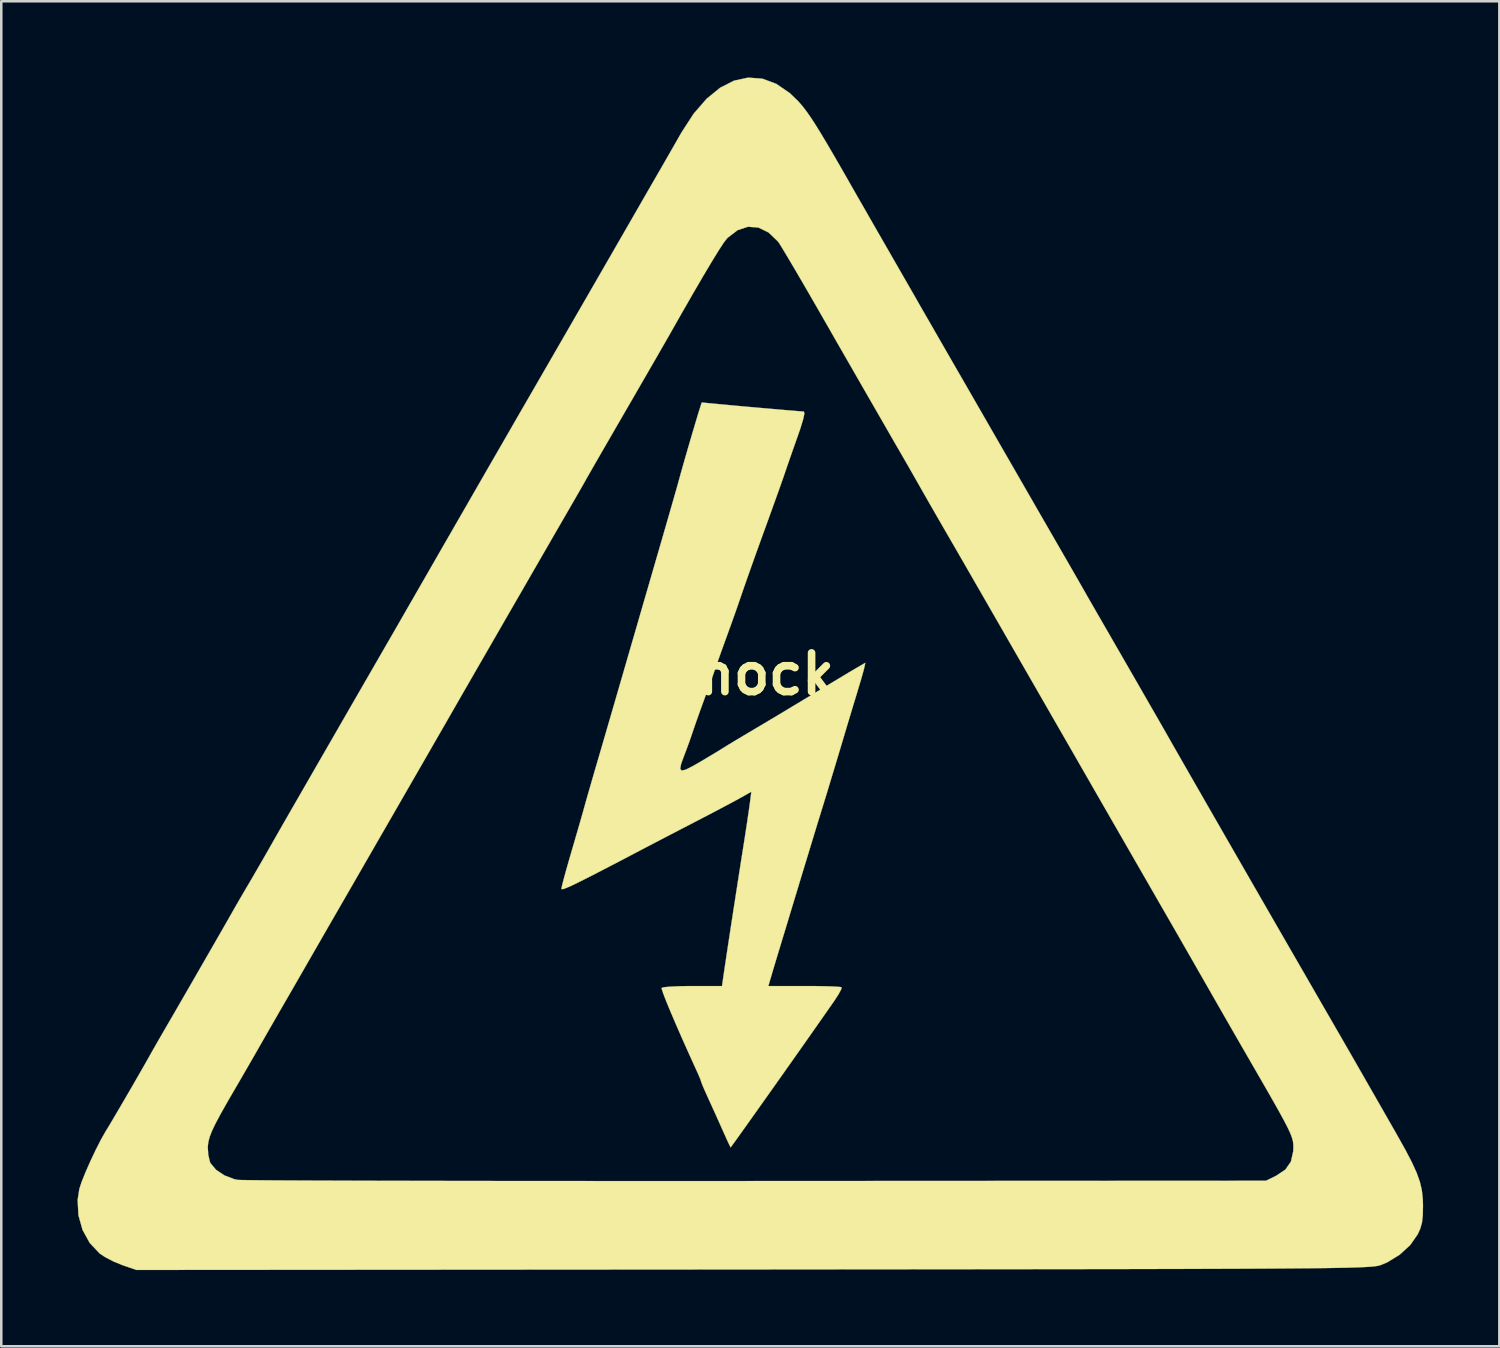
<source format=kicad_pcb>
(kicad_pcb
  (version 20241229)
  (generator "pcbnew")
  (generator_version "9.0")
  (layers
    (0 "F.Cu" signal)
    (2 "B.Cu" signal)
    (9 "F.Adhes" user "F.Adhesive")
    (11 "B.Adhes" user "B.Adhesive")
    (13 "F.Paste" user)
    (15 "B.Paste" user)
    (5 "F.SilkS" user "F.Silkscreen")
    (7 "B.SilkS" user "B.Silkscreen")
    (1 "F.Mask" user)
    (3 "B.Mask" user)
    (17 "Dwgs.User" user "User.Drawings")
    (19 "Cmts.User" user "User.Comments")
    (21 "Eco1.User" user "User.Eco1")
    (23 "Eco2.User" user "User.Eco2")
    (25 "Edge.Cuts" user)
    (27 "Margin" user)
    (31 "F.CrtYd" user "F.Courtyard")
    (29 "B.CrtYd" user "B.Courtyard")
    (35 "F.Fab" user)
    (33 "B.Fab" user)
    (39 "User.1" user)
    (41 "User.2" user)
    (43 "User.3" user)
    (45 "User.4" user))
  (footprint "shock"
    (layer "F.Cu")
    (at 26.493 23.477)
    (property "Reference" "shock" (at 0 0 0) (layer "F.SilkS") (effects (font (size 1.524 1.524) (thickness 0.3))))
    (attr through_hole)
    (fp_poly (pts (xy -1.366 -10.634) (xy -1.028 -10.602) (xy -0.607 -10.563) (xy -0.133 -10.52) (xy 0.363 -10.476) (xy 0.849 -10.434) (xy 1.295 -10.395) (xy 1.67 -10.364) (xy 1.943 -10.341) (xy 2.083 -10.331) (xy 2.091 -10.331) (xy 2.112 -10.254) (xy 2.065 -10.031) (xy 1.955 -9.67) (xy 1.854 -9.377) (xy 1.702 -8.948) (xy 1.554 -8.525) (xy 1.429 -8.165) (xy 1.359 -7.959) (xy 1.299 -7.782) (xy 1.226 -7.574) (xy 1.134 -7.314) (xy 1.015 -6.982) (xy 0.862 -6.557) (xy 0.669 -6.021) (xy 0.426 -5.352) (xy 0.328 -5.08) (xy 0.173 -4.651) (xy 0.004 -4.175) (xy -0.164 -3.7) (xy -0.313 -3.271) (xy -0.428 -2.937) (xy -0.462 -2.836) (xy -0.536 -2.622) (xy -0.652 -2.294) (xy -0.793 -1.9) (xy -0.929 -1.524) (xy -1.079 -1.11) (xy -1.219 -0.72) (xy -1.332 -0.401) (xy -1.397 -0.212) (xy -1.474 0.013) (xy -1.592 0.344) (xy -1.732 0.729) (xy -1.822 0.974) (xy -1.972 1.386) (xy -2.118 1.796) (xy -2.239 2.143) (xy -2.287 2.286) (xy -2.413 2.654) (xy -2.559 3.049) (xy -2.62 3.209) (xy -2.738 3.53) (xy -2.775 3.725) (xy -2.718 3.799) (xy -2.555 3.761) (xy -2.271 3.616) (xy -2.074 3.504) (xy -1.733 3.302) (xy -1.41 3.109) (xy -1.161 2.957) (xy -1.101 2.918) (xy -0.912 2.801) (xy -0.618 2.623) (xy -0.258 2.408) (xy 0.127 2.18) (xy 0.529 1.941) (xy 1.026 1.645) (xy 1.566 1.32) (xy 2.101 0.998) (xy 2.371 0.835) (xy 2.826 0.559) (xy 3.263 0.296) (xy 3.647 0.065) (xy 3.946 -0.114) (xy 4.097 -0.203) (xy 4.511 -0.444) (xy 4.467 -0.243) (xy 4.423 -0.075) (xy 4.343 0.207) (xy 4.24 0.552) (xy 4.19 0.72) (xy 4.057 1.156) (xy 3.915 1.627) (xy 3.79 2.042) (xy 3.768 2.117) (xy 3.567 2.789) (xy 3.403 3.336) (xy 3.266 3.791) (xy 3.145 4.19) (xy 3.03 4.571) (xy 2.909 4.967) (xy 2.771 5.414) (xy 2.77 5.419) (xy 2.621 5.901) (xy 2.44 6.495) (xy 2.242 7.147) (xy 2.041 7.805) (xy 1.867 8.382) (xy 1.696 8.944) (xy 1.529 9.496) (xy 1.377 9.999) (xy 1.249 10.42) (xy 1.158 10.72) (xy 1.148 10.753) (xy 1.032 11.135) (xy 0.915 11.524) (xy 0.824 11.832) (xy 0.693 12.277) (xy 2.11 12.277) (xy 2.583 12.279) (xy 2.996 12.287) (xy 3.318 12.299) (xy 3.521 12.314) (xy 3.577 12.326) (xy 3.557 12.414) (xy 3.456 12.6) (xy 3.297 12.847) (xy 3.274 12.88) (xy 3.031 13.227) (xy 2.758 13.618) (xy 2.554 13.909) (xy 2.287 14.29) (xy 1.975 14.733) (xy 1.631 15.221) (xy 1.267 15.737) (xy 0.897 16.26) (xy 0.533 16.774) (xy 0.188 17.259) (xy -0.124 17.699) (xy -0.391 18.073) (xy -0.599 18.365) (xy -0.737 18.555) (xy -0.79 18.626) (xy -0.79 18.627) (xy -0.828 18.555) (xy -0.918 18.364) (xy -1.042 18.089) (xy -1.095 17.97) (xy -1.279 17.558) (xy -1.484 17.105) (xy -1.665 16.708) (xy -1.666 16.704) (xy -1.798 16.413) (xy -1.897 16.184) (xy -1.945 16.058) (xy -1.947 16.047) (xy -1.98 15.949) (xy -2.062 15.753) (xy -2.113 15.641) (xy -2.409 14.99) (xy -2.686 14.371) (xy -2.935 13.802) (xy -3.149 13.302) (xy -3.32 12.888) (xy -3.44 12.579) (xy -3.501 12.394) (xy -3.506 12.349) (xy -3.41 12.323) (xy -3.176 12.301) (xy -2.837 12.285) (xy -2.425 12.277) (xy -2.296 12.277) (xy -1.13 12.277) (xy -1.028 11.578) (xy -0.962 11.136) (xy -0.875 10.56) (xy -0.771 9.879) (xy -0.655 9.128) (xy -0.532 8.337) (xy -0.408 7.54) (xy -0.294 6.816) (xy -0.217 6.328) (xy -0.146 5.86) (xy -0.086 5.454) (xy -0.043 5.157) (xy -0.034 5.088) (xy 0.025 4.63) (xy -0.432 4.886) (xy -0.66 5.011) (xy -1.004 5.194) (xy -1.426 5.417) (xy -1.892 5.66) (xy -2.244 5.843) (xy -2.75 6.105) (xy -3.27 6.375) (xy -3.757 6.629) (xy -4.167 6.843) (xy -4.36 6.944) (xy -5.138 7.352) (xy -5.778 7.685) (xy -6.294 7.951) (xy -6.697 8.154) (xy -6.999 8.302) (xy -7.214 8.399) (xy -7.352 8.452) (xy -7.427 8.467) (xy -7.45 8.449) (xy -7.45 8.448) (xy -7.427 8.333) (xy -7.364 8.086) (xy -7.269 7.737) (xy -7.149 7.316) (xy -7.065 7.027) (xy -6.924 6.544) (xy -6.79 6.083) (xy -6.675 5.685) (xy -6.591 5.389) (xy -6.564 5.292) (xy -6.495 5.044) (xy -6.392 4.682) (xy -6.269 4.255) (xy -6.14 3.811) (xy -6.14 3.81) (xy -5.977 3.254) (xy -5.779 2.575) (xy -5.557 1.811) (xy -5.321 1) (xy -5.084 0.183) (xy -4.856 -0.603) (xy -4.649 -1.318) (xy -4.613 -1.439) (xy -4.516 -1.774) (xy -4.381 -2.241) (xy -4.217 -2.808) (xy -4.031 -3.446) (xy -3.835 -4.124) (xy -3.636 -4.81) (xy -3.594 -4.953) (xy -3.409 -5.592) (xy -3.237 -6.188) (xy -3.084 -6.72) (xy -2.957 -7.164) (xy -2.862 -7.5) (xy -2.805 -7.705) (xy -2.794 -7.747) (xy -2.744 -7.929) (xy -2.658 -8.234) (xy -2.546 -8.623) (xy -2.421 -9.055) (xy -2.293 -9.492) (xy -2.173 -9.894) (xy -2.075 -10.221) (xy -2.018 -10.403) (xy -1.928 -10.688) (xy -1.366 -10.634)) (stroke (width 0.01) (type solid)) (fill yes) (layer "F.SilkS"))
    (fp_poly (pts (xy 0.456 -23.431) (xy 1.005 -23.228) (xy 1.54 -22.861) (xy 1.87 -22.542) (xy 2.018 -22.372) (xy 2.17 -22.178) (xy 2.337 -21.943) (xy 2.53 -21.649) (xy 2.758 -21.281) (xy 3.032 -20.822) (xy 3.362 -20.256) (xy 3.758 -19.567) (xy 3.98 -19.177) (xy 4.171 -18.843) (xy 4.426 -18.399) (xy 4.722 -17.882) (xy 5.039 -17.33) (xy 5.356 -16.778) (xy 5.428 -16.653) (xy 5.716 -16.151) (xy 5.987 -15.681) (xy 6.224 -15.268) (xy 6.413 -14.939) (xy 6.539 -14.719) (xy 6.57 -14.663) (xy 6.652 -14.52) (xy 6.808 -14.249) (xy 7.028 -13.867) (xy 7.3 -13.394) (xy 7.614 -12.848) (xy 7.96 -12.247) (xy 8.328 -11.609) (xy 8.358 -11.557) (xy 8.751 -10.874) (xy 9.145 -10.19) (xy 9.526 -9.528) (xy 9.879 -8.915) (xy 10.189 -8.377) (xy 10.442 -7.938) (xy 10.601 -7.662) (xy 10.861 -7.21) (xy 11.176 -6.663) (xy 11.516 -6.073) (xy 11.852 -5.491) (xy 12.064 -5.122) (xy 12.335 -4.652) (xy 12.59 -4.21) (xy 12.811 -3.825) (xy 12.982 -3.527) (xy 13.085 -3.346) (xy 13.086 -3.344) (xy 13.211 -3.125) (xy 13.393 -2.808) (xy 13.601 -2.446) (xy 13.73 -2.223) (xy 14.151 -1.493) (xy 14.561 -0.781) (xy 14.952 -0.103) (xy 15.313 0.523) (xy 15.633 1.081) (xy 15.904 1.552) (xy 16.116 1.92) (xy 16.258 2.168) (xy 16.301 2.244) (xy 16.538 2.661) (xy 16.854 3.214) (xy 17.242 3.891) (xy 17.697 4.684) (xy 18.211 5.579) (xy 18.779 6.567) (xy 19.395 7.637) (xy 20.052 8.779) (xy 20.744 9.98) (xy 21.466 11.231) (xy 22.154 12.425) (xy 22.592 13.184) (xy 22.958 13.817) (xy 23.262 14.346) (xy 23.519 14.791) (xy 23.704 15.113) (xy 23.822 15.318) (xy 24.019 15.662) (xy 24.289 16.134) (xy 24.629 16.727) (xy 25.032 17.432) (xy 25.413 18.098) (xy 25.756 18.71) (xy 26.017 19.21) (xy 26.206 19.625) (xy 26.334 19.984) (xy 26.411 20.316) (xy 26.448 20.649) (xy 26.456 20.913) (xy 26.448 21.307) (xy 26.415 21.593) (xy 26.346 21.832) (xy 26.247 22.049) (xy 25.952 22.471) (xy 25.536 22.851) (xy 25.049 23.15) (xy 24.781 23.261) (xy 24.731 23.275) (xy 24.668 23.289) (xy 24.587 23.302) (xy 24.481 23.314) (xy 24.344 23.325) (xy 24.171 23.335) (xy 23.955 23.345) (xy 23.692 23.354) (xy 23.374 23.362) (xy 22.996 23.369) (xy 22.553 23.376) (xy 22.038 23.382) (xy 21.446 23.387) (xy 20.77 23.392) (xy 20.005 23.397) (xy 19.145 23.401) (xy 18.184 23.404) (xy 17.117 23.408) (xy 15.936 23.411) (xy 14.638 23.414) (xy 13.215 23.416) (xy 11.661 23.418) (xy 9.972 23.42) (xy 8.141 23.422) (xy 6.162 23.424) (xy 4.029 23.426) (xy 1.737 23.428) (xy 0.085 23.43) (xy -24.172 23.449) (xy -24.727 23.259) (xy -25.075 23.117) (xy -25.412 22.941) (xy -25.62 22.802) (xy -26.01 22.39) (xy -26.293 21.877) (xy -26.456 21.3) (xy -26.488 20.697) (xy -26.421 20.262) (xy -26.331 19.987) (xy -26.18 19.61) (xy -25.989 19.176) (xy -25.779 18.732) (xy -25.721 18.619) (xy -21.366 18.619) (xy -21.348 18.916) (xy -21.287 19.179) (xy -21.257 19.251) (xy -21.04 19.509) (xy -20.711 19.729) (xy -20.324 19.877) (xy -20.197 19.904) (xy -20.081 19.91) (xy -19.805 19.914) (xy -19.374 19.919) (xy -18.796 19.924) (xy -18.079 19.928) (xy -17.23 19.932) (xy -16.257 19.935) (xy -15.168 19.939) (xy -13.969 19.941) (xy -12.669 19.944) (xy -11.275 19.946) (xy -9.794 19.948) (xy -8.234 19.949) (xy -6.603 19.95) (xy -4.909 19.951) (xy -3.157 19.951) (xy -1.357 19.951) (xy 0.212 19.95) (xy 20.278 19.939) (xy 20.682 19.74) (xy 21.04 19.5) (xy 21.257 19.189) (xy 21.35 18.78) (xy 21.356 18.614) (xy 21.352 18.496) (xy 21.337 18.378) (xy 21.301 18.244) (xy 21.238 18.078) (xy 21.14 17.866) (xy 20.998 17.59) (xy 20.805 17.236) (xy 20.553 16.788) (xy 20.234 16.23) (xy 19.84 15.547) (xy 19.687 15.282) (xy 19.476 14.917) (xy 19.282 14.581) (xy 19.13 14.316) (xy 19.052 14.182) (xy 18.814 13.767) (xy 18.519 13.253) (xy 18.196 12.688) (xy 17.87 12.119) (xy 17.57 11.596) (xy 17.355 11.218) (xy 17.173 10.902) (xy 16.926 10.471) (xy 16.632 9.959) (xy 16.309 9.398) (xy 15.976 8.82) (xy 15.773 8.467) (xy 15.467 7.935) (xy 15.095 7.289) (xy 14.676 6.561) (xy 14.229 5.784) (xy 13.773 4.991) (xy 13.326 4.213) (xy 12.997 3.641) (xy 12.607 2.961) (xy 12.224 2.296) (xy 11.862 1.666) (xy 11.532 1.092) (xy 11.248 0.598) (xy 11.022 0.205) (xy 10.867 -0.065) (xy 10.855 -0.085) (xy 10.649 -0.443) (xy 10.46 -0.772) (xy 10.312 -1.029) (xy 10.247 -1.143) (xy 10.163 -1.288) (xy 10.01 -1.555) (xy 9.8 -1.92) (xy 9.547 -2.359) (xy 9.266 -2.848) (xy 9.102 -3.133) (xy 8.786 -3.682) (xy 8.467 -4.236) (xy 8.165 -4.759) (xy 7.9 -5.218) (xy 7.692 -5.577) (xy 7.636 -5.673) (xy 7.382 -6.113) (xy 7.091 -6.619) (xy 6.81 -7.11) (xy 6.689 -7.324) (xy 6.477 -7.696) (xy 6.279 -8.044) (xy 6.118 -8.324) (xy 6.036 -8.467) (xy 5.908 -8.688) (xy 5.708 -9.033) (xy 5.45 -9.481) (xy 5.147 -10.008) (xy 4.811 -10.592) (xy 4.455 -11.21) (xy 4.093 -11.84) (xy 3.737 -12.46) (xy 3.4 -13.046) (xy 3.096 -13.577) (xy 2.836 -14.03) (xy 2.798 -14.097) (xy 2.468 -14.671) (xy 2.147 -15.226) (xy 1.847 -15.741) (xy 1.579 -16.196) (xy 1.356 -16.571) (xy 1.19 -16.845) (xy 1.091 -16.999) (xy 1.077 -17.019) (xy 0.703 -17.377) (xy 0.304 -17.572) (xy -0.106 -17.604) (xy -0.513 -17.472) (xy -0.902 -17.175) (xy -0.944 -17.131) (xy -1.069 -16.967) (xy -1.269 -16.659) (xy -1.541 -16.217) (xy -1.881 -15.646) (xy -2.284 -14.954) (xy -2.747 -14.147) (xy -3.136 -13.462) (xy -3.254 -13.254) (xy -3.445 -12.922) (xy -3.694 -12.488) (xy -3.99 -11.975) (xy -4.32 -11.405) (xy -4.669 -10.8) (xy -4.869 -10.456) (xy -5.217 -9.854) (xy -5.546 -9.285) (xy -5.844 -8.77) (xy -6.099 -8.327) (xy -6.299 -7.978) (xy -6.434 -7.743) (xy -6.479 -7.662) (xy -6.624 -7.405) (xy -6.81 -7.08) (xy -6.962 -6.816) (xy -7.101 -6.576) (xy -7.312 -6.211) (xy -7.585 -5.739) (xy -7.907 -5.181) (xy -8.269 -4.554) (xy -8.658 -3.879) (xy -9.064 -3.175) (xy -9.477 -2.461) (xy -9.883 -1.756) (xy -10.273 -1.079) (xy -10.636 -0.45) (xy -10.96 0.112) (xy -11.234 0.588) (xy -11.447 0.958) (xy -11.588 1.204) (xy -11.602 1.228) (xy -11.785 1.547) (xy -12.04 1.991) (xy -12.357 2.541) (xy -12.722 3.176) (xy -13.124 3.874) (xy -13.551 4.615) (xy -13.991 5.379) (xy -14.432 6.144) (xy -14.862 6.89) (xy -15.269 7.596) (xy -15.641 8.242) (xy -15.746 8.424) (xy -16.079 9.001) (xy -16.413 9.58) (xy -16.73 10.13) (xy -17.011 10.619) (xy -17.239 11.015) (xy -17.356 11.218) (xy -17.62 11.678) (xy -17.921 12.201) (xy -18.21 12.702) (xy -18.331 12.912) (xy -18.597 13.372) (xy -18.897 13.894) (xy -19.184 14.395) (xy -19.304 14.605) (xy -19.559 15.051) (xy -19.844 15.545) (xy -20.113 16.009) (xy -20.232 16.214) (xy -20.582 16.816) (xy -20.853 17.295) (xy -21.055 17.672) (xy -21.197 17.968) (xy -21.289 18.202) (xy -21.341 18.397) (xy -21.364 18.572) (xy -21.366 18.619) (xy -25.721 18.619) (xy -25.571 18.323) (xy -25.386 17.996) (xy -25.361 17.956) (xy -25.245 17.766) (xy -25.065 17.462) (xy -24.839 17.077) (xy -24.586 16.645) (xy -24.326 16.197) (xy -24.079 15.768) (xy -23.862 15.39) (xy -23.697 15.097) (xy -23.682 15.071) (xy -23.546 14.829) (xy -23.355 14.495) (xy -23.141 14.124) (xy -23.027 13.928) (xy -22.765 13.476) (xy -22.467 12.961) (xy -22.146 12.405) (xy -21.817 11.834) (xy -21.492 11.27) (xy -21.185 10.736) (xy -20.91 10.258) (xy -20.68 9.857) (xy -20.51 9.559) (xy -20.419 9.398) (xy -20.272 9.14) (xy -20.076 8.801) (xy -19.869 8.448) (xy -19.83 8.382) (xy -19.631 8.043) (xy -19.383 7.616) (xy -19.121 7.161) (xy -18.924 6.816) (xy -18.662 6.355) (xy -18.373 5.849) (xy -18.097 5.368) (xy -17.931 5.08) (xy -17.733 4.738) (xy -17.476 4.291) (xy -17.183 3.782) (xy -16.878 3.253) (xy -16.638 2.836) (xy -16.309 2.265) (xy -15.956 1.652) (xy -15.595 1.026) (xy -15.245 0.419) (xy -14.922 -0.14) (xy -14.645 -0.62) (xy -14.431 -0.991) (xy -14.392 -1.058) (xy -14.308 -1.204) (xy -14.153 -1.472) (xy -13.943 -1.837) (xy -13.692 -2.274) (xy -13.413 -2.76) (xy -13.271 -3.006) (xy -12.804 -3.818) (xy -12.312 -4.674) (xy -11.808 -5.55) (xy -11.304 -6.425) (xy -10.814 -7.277) (xy -10.349 -8.085) (xy -9.922 -8.825) (xy -9.547 -9.475) (xy -9.236 -10.015) (xy -9.079 -10.287) (xy -7.646 -12.768) (xy -6.265 -15.161) (xy -4.951 -17.441) (xy -4.635 -17.99) (xy -4.316 -18.544) (xy -4.015 -19.068) (xy -3.75 -19.526) (xy -3.543 -19.885) (xy -3.488 -19.981) (xy -3.258 -20.381) (xy -3.022 -20.792) (xy -2.816 -21.153) (xy -2.726 -21.311) (xy -2.246 -22.052) (xy -1.735 -22.641) (xy -1.203 -23.075) (xy -0.656 -23.353) (xy -0.1 -23.472) (xy 0.456 -23.431)) (stroke (width 0.01) (type solid)) (fill yes) (layer "F.SilkS")))
  (gr_rect
    (start -3 -3)
    (end 55.954 49.931)
    (stroke (width 0.1) (type default))
    (fill no)
    (layer "Edge.Cuts")))
</source>
